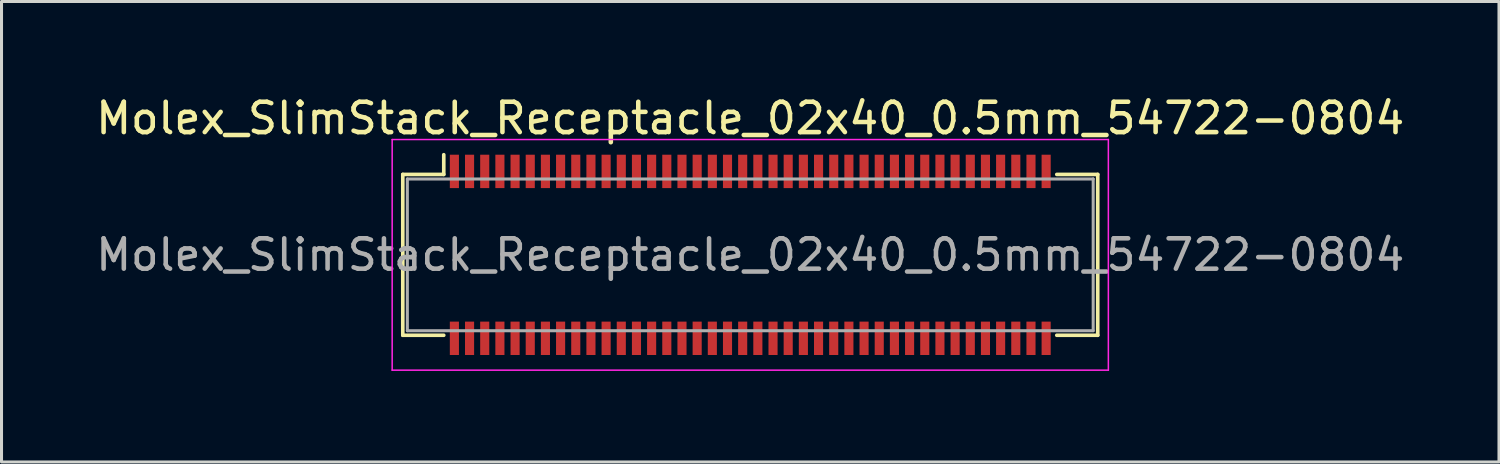
<source format=kicad_pcb>
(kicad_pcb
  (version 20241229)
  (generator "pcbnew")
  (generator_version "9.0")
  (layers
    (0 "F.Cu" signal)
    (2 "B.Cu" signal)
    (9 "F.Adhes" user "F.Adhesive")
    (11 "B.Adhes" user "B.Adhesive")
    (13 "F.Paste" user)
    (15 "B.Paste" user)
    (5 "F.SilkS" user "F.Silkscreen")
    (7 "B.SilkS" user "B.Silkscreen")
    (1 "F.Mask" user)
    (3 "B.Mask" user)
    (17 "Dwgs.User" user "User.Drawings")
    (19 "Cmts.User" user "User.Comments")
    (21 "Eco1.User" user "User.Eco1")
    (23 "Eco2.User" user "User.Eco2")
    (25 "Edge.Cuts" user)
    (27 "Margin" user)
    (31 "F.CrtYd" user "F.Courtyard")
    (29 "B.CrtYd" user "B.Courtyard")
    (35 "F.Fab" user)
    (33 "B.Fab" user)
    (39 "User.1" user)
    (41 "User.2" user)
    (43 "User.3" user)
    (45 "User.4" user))
  (footprint "Molex_SlimStack_Receptacle_02x40_0.5mm_54722-0804"
    (layer "F.Cu")
    (at 21.673 5.348)
    (property "Reference" "Molex_SlimStack_Receptacle_02x40_0.5mm_54722-0804" (at 0 -4.5 0) (layer "F.SilkS") (effects (font (size 1 1) (thickness 0.15))))
    (attr smd)
    (fp_line (start -11.45 -2.65) (end -10.1 -2.65) (stroke (width 0.12) (type solid)) (layer "F.SilkS"))
    (fp_line (start -11.45 2.65) (end -11.45 -2.65) (stroke (width 0.12) (type solid)) (layer "F.SilkS"))
    (fp_line (start -10.1 -2.65) (end -10.1 -3.3) (stroke (width 0.12) (type solid)) (layer "F.SilkS"))
    (fp_line (start -10.1 2.65) (end -11.45 2.65) (stroke (width 0.12) (type solid)) (layer "F.SilkS"))
    (fp_line (start 10.1 2.65) (end 11.45 2.65) (stroke (width 0.12) (type solid)) (layer "F.SilkS"))
    (fp_line (start 11.45 -2.65) (end 10.1 -2.65) (stroke (width 0.12) (type solid)) (layer "F.SilkS"))
    (fp_line (start 11.45 2.65) (end 11.45 -2.65) (stroke (width 0.12) (type solid)) (layer "F.SilkS"))
    (fp_line (start -11.8 -3.8) (end -11.8 3.8) (stroke (width 0.05) (type solid)) (layer "F.CrtYd"))
    (fp_line (start -11.8 3.8) (end 11.8 3.8) (stroke (width 0.05) (type solid)) (layer "F.CrtYd"))
    (fp_line (start 11.8 -3.8) (end -11.8 -3.8) (stroke (width 0.05) (type solid)) (layer "F.CrtYd"))
    (fp_line (start 11.8 3.8) (end 11.8 -3.8) (stroke (width 0.05) (type solid)) (layer "F.CrtYd"))
    (fp_line (start -11.3 -2.5) (end -11.3 2.5) (stroke (width 0.1) (type solid)) (layer "F.Fab"))
    (fp_line (start -11.3 2.5) (end 11.3 2.5) (stroke (width 0.1) (type solid)) (layer "F.Fab"))
    (fp_line (start 11.3 -2.5) (end -11.3 -2.5) (stroke (width 0.1) (type solid)) (layer "F.Fab"))
    (fp_line (start 11.3 2.5) (end 11.3 -2.5) (stroke (width 0.1) (type solid)) (layer "F.Fab"))
    (fp_text user "${REFERENCE}" (at 0 0 0) (layer "F.Fab") (effects (font (size 1 1) (thickness 0.15))))
    (pad "1" smd rect (at -9.75 -2.75) (size 0.3 1.1) (layers "F.Cu" "F.Mask" "F.Paste"))
    (pad "2" smd rect (at -9.75 2.75) (size 0.3 1.1) (layers "F.Cu" "F.Mask" "F.Paste"))
    (pad "3" smd rect (at -9.25 -2.75) (size 0.3 1.1) (layers "F.Cu" "F.Mask" "F.Paste"))
    (pad "4" smd rect (at -9.25 2.75) (size 0.3 1.1) (layers "F.Cu" "F.Mask" "F.Paste"))
    (pad "5" smd rect (at -8.75 -2.75) (size 0.3 1.1) (layers "F.Cu" "F.Mask" "F.Paste"))
    (pad "6" smd rect (at -8.75 2.75) (size 0.3 1.1) (layers "F.Cu" "F.Mask" "F.Paste"))
    (pad "7" smd rect (at -8.25 -2.75) (size 0.3 1.1) (layers "F.Cu" "F.Mask" "F.Paste"))
    (pad "8" smd rect (at -8.25 2.75) (size 0.3 1.1) (layers "F.Cu" "F.Mask" "F.Paste"))
    (pad "9" smd rect (at -7.75 -2.75) (size 0.3 1.1) (layers "F.Cu" "F.Mask" "F.Paste"))
    (pad "10" smd rect (at -7.75 2.75) (size 0.3 1.1) (layers "F.Cu" "F.Mask" "F.Paste"))
    (pad "11" smd rect (at -7.25 -2.75) (size 0.3 1.1) (layers "F.Cu" "F.Mask" "F.Paste"))
    (pad "12" smd rect (at -7.25 2.75) (size 0.3 1.1) (layers "F.Cu" "F.Mask" "F.Paste"))
    (pad "13" smd rect (at -6.75 -2.75) (size 0.3 1.1) (layers "F.Cu" "F.Mask" "F.Paste"))
    (pad "14" smd rect (at -6.75 2.75) (size 0.3 1.1) (layers "F.Cu" "F.Mask" "F.Paste"))
    (pad "15" smd rect (at -6.25 -2.75) (size 0.3 1.1) (layers "F.Cu" "F.Mask" "F.Paste"))
    (pad "16" smd rect (at -6.25 2.75) (size 0.3 1.1) (layers "F.Cu" "F.Mask" "F.Paste"))
    (pad "17" smd rect (at -5.75 -2.75) (size 0.3 1.1) (layers "F.Cu" "F.Mask" "F.Paste"))
    (pad "18" smd rect (at -5.75 2.75) (size 0.3 1.1) (layers "F.Cu" "F.Mask" "F.Paste"))
    (pad "19" smd rect (at -5.25 -2.75) (size 0.3 1.1) (layers "F.Cu" "F.Mask" "F.Paste"))
    (pad "20" smd rect (at -5.25 2.75) (size 0.3 1.1) (layers "F.Cu" "F.Mask" "F.Paste"))
    (pad "21" smd rect (at -4.75 -2.75) (size 0.3 1.1) (layers "F.Cu" "F.Mask" "F.Paste"))
    (pad "22" smd rect (at -4.75 2.75) (size 0.3 1.1) (layers "F.Cu" "F.Mask" "F.Paste"))
    (pad "23" smd rect (at -4.25 -2.75) (size 0.3 1.1) (layers "F.Cu" "F.Mask" "F.Paste"))
    (pad "24" smd rect (at -4.25 2.75) (size 0.3 1.1) (layers "F.Cu" "F.Mask" "F.Paste"))
    (pad "25" smd rect (at -3.75 -2.75) (size 0.3 1.1) (layers "F.Cu" "F.Mask" "F.Paste"))
    (pad "26" smd rect (at -3.75 2.75) (size 0.3 1.1) (layers "F.Cu" "F.Mask" "F.Paste"))
    (pad "27" smd rect (at -3.25 -2.75) (size 0.3 1.1) (layers "F.Cu" "F.Mask" "F.Paste"))
    (pad "28" smd rect (at -3.25 2.75) (size 0.3 1.1) (layers "F.Cu" "F.Mask" "F.Paste"))
    (pad "29" smd rect (at -2.75 -2.75) (size 0.3 1.1) (layers "F.Cu" "F.Mask" "F.Paste"))
    (pad "30" smd rect (at -2.75 2.75) (size 0.3 1.1) (layers "F.Cu" "F.Mask" "F.Paste"))
    (pad "31" smd rect (at -2.25 -2.75) (size 0.3 1.1) (layers "F.Cu" "F.Mask" "F.Paste"))
    (pad "32" smd rect (at -2.25 2.75) (size 0.3 1.1) (layers "F.Cu" "F.Mask" "F.Paste"))
    (pad "33" smd rect (at -1.75 -2.75) (size 0.3 1.1) (layers "F.Cu" "F.Mask" "F.Paste"))
    (pad "34" smd rect (at -1.75 2.75) (size 0.3 1.1) (layers "F.Cu" "F.Mask" "F.Paste"))
    (pad "35" smd rect (at -1.25 -2.75) (size 0.3 1.1) (layers "F.Cu" "F.Mask" "F.Paste"))
    (pad "36" smd rect (at -1.25 2.75) (size 0.3 1.1) (layers "F.Cu" "F.Mask" "F.Paste"))
    (pad "37" smd rect (at -0.75 -2.75) (size 0.3 1.1) (layers "F.Cu" "F.Mask" "F.Paste"))
    (pad "38" smd rect (at -0.75 2.75) (size 0.3 1.1) (layers "F.Cu" "F.Mask" "F.Paste"))
    (pad "39" smd rect (at -0.25 -2.75) (size 0.3 1.1) (layers "F.Cu" "F.Mask" "F.Paste"))
    (pad "40" smd rect (at -0.25 2.75) (size 0.3 1.1) (layers "F.Cu" "F.Mask" "F.Paste"))
    (pad "41" smd rect (at 0.25 -2.75) (size 0.3 1.1) (layers "F.Cu" "F.Mask" "F.Paste"))
    (pad "42" smd rect (at 0.25 2.75) (size 0.3 1.1) (layers "F.Cu" "F.Mask" "F.Paste"))
    (pad "43" smd rect (at 0.75 -2.75) (size 0.3 1.1) (layers "F.Cu" "F.Mask" "F.Paste"))
    (pad "44" smd rect (at 0.75 2.75) (size 0.3 1.1) (layers "F.Cu" "F.Mask" "F.Paste"))
    (pad "45" smd rect (at 1.25 -2.75) (size 0.3 1.1) (layers "F.Cu" "F.Mask" "F.Paste"))
    (pad "46" smd rect (at 1.25 2.75) (size 0.3 1.1) (layers "F.Cu" "F.Mask" "F.Paste"))
    (pad "47" smd rect (at 1.75 -2.75) (size 0.3 1.1) (layers "F.Cu" "F.Mask" "F.Paste"))
    (pad "48" smd rect (at 1.75 2.75) (size 0.3 1.1) (layers "F.Cu" "F.Mask" "F.Paste"))
    (pad "49" smd rect (at 2.25 -2.75) (size 0.3 1.1) (layers "F.Cu" "F.Mask" "F.Paste"))
    (pad "50" smd rect (at 2.25 2.75) (size 0.3 1.1) (layers "F.Cu" "F.Mask" "F.Paste"))
    (pad "51" smd rect (at 2.75 -2.75) (size 0.3 1.1) (layers "F.Cu" "F.Mask" "F.Paste"))
    (pad "52" smd rect (at 2.75 2.75) (size 0.3 1.1) (layers "F.Cu" "F.Mask" "F.Paste"))
    (pad "53" smd rect (at 3.25 -2.75) (size 0.3 1.1) (layers "F.Cu" "F.Mask" "F.Paste"))
    (pad "54" smd rect (at 3.25 2.75) (size 0.3 1.1) (layers "F.Cu" "F.Mask" "F.Paste"))
    (pad "55" smd rect (at 3.75 -2.75) (size 0.3 1.1) (layers "F.Cu" "F.Mask" "F.Paste"))
    (pad "56" smd rect (at 3.75 2.75) (size 0.3 1.1) (layers "F.Cu" "F.Mask" "F.Paste"))
    (pad "57" smd rect (at 4.25 -2.75) (size 0.3 1.1) (layers "F.Cu" "F.Mask" "F.Paste"))
    (pad "58" smd rect (at 4.25 2.75) (size 0.3 1.1) (layers "F.Cu" "F.Mask" "F.Paste"))
    (pad "59" smd rect (at 4.75 -2.75) (size 0.3 1.1) (layers "F.Cu" "F.Mask" "F.Paste"))
    (pad "60" smd rect (at 4.75 2.75) (size 0.3 1.1) (layers "F.Cu" "F.Mask" "F.Paste"))
    (pad "61" smd rect (at 5.25 -2.75) (size 0.3 1.1) (layers "F.Cu" "F.Mask" "F.Paste"))
    (pad "62" smd rect (at 5.25 2.75) (size 0.3 1.1) (layers "F.Cu" "F.Mask" "F.Paste"))
    (pad "63" smd rect (at 5.75 -2.75) (size 0.3 1.1) (layers "F.Cu" "F.Mask" "F.Paste"))
    (pad "64" smd rect (at 5.75 2.75) (size 0.3 1.1) (layers "F.Cu" "F.Mask" "F.Paste"))
    (pad "65" smd rect (at 6.25 -2.75) (size 0.3 1.1) (layers "F.Cu" "F.Mask" "F.Paste"))
    (pad "66" smd rect (at 6.25 2.75) (size 0.3 1.1) (layers "F.Cu" "F.Mask" "F.Paste"))
    (pad "67" smd rect (at 6.75 -2.75) (size 0.3 1.1) (layers "F.Cu" "F.Mask" "F.Paste"))
    (pad "68" smd rect (at 6.75 2.75) (size 0.3 1.1) (layers "F.Cu" "F.Mask" "F.Paste"))
    (pad "69" smd rect (at 7.25 -2.75) (size 0.3 1.1) (layers "F.Cu" "F.Mask" "F.Paste"))
    (pad "70" smd rect (at 7.25 2.75) (size 0.3 1.1) (layers "F.Cu" "F.Mask" "F.Paste"))
    (pad "71" smd rect (at 7.75 -2.75) (size 0.3 1.1) (layers "F.Cu" "F.Mask" "F.Paste"))
    (pad "72" smd rect (at 7.75 2.75) (size 0.3 1.1) (layers "F.Cu" "F.Mask" "F.Paste"))
    (pad "73" smd rect (at 8.25 -2.75) (size 0.3 1.1) (layers "F.Cu" "F.Mask" "F.Paste"))
    (pad "74" smd rect (at 8.25 2.75) (size 0.3 1.1) (layers "F.Cu" "F.Mask" "F.Paste"))
    (pad "75" smd rect (at 8.75 -2.75) (size 0.3 1.1) (layers "F.Cu" "F.Mask" "F.Paste"))
    (pad "76" smd rect (at 8.75 2.75) (size 0.3 1.1) (layers "F.Cu" "F.Mask" "F.Paste"))
    (pad "77" smd rect (at 9.25 -2.75) (size 0.3 1.1) (layers "F.Cu" "F.Mask" "F.Paste"))
    (pad "78" smd rect (at 9.25 2.75) (size 0.3 1.1) (layers "F.Cu" "F.Mask" "F.Paste"))
    (pad "79" smd rect (at 9.75 -2.75) (size 0.3 1.1) (layers "F.Cu" "F.Mask" "F.Paste"))
    (pad "80" smd rect (at 9.75 2.75) (size 0.3 1.1) (layers "F.Cu" "F.Mask" "F.Paste")))
  (gr_rect
    (start -3 -3)
    (end 46.345 12.173)
    (stroke (width 0.1) (type default))
    (fill no)
    (layer "Edge.Cuts")))
</source>
